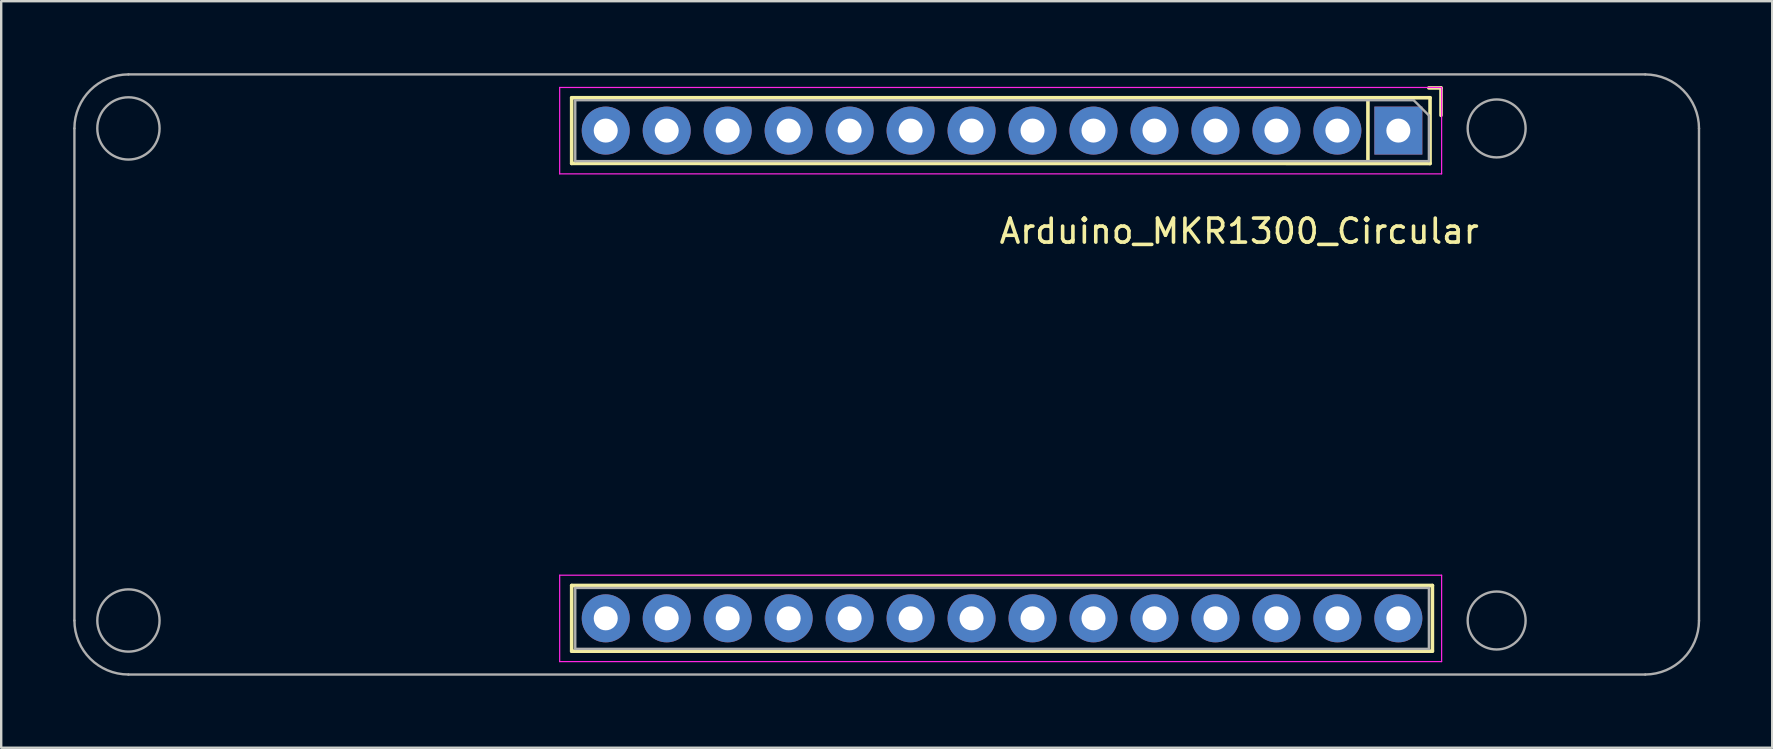
<source format=kicad_pcb>
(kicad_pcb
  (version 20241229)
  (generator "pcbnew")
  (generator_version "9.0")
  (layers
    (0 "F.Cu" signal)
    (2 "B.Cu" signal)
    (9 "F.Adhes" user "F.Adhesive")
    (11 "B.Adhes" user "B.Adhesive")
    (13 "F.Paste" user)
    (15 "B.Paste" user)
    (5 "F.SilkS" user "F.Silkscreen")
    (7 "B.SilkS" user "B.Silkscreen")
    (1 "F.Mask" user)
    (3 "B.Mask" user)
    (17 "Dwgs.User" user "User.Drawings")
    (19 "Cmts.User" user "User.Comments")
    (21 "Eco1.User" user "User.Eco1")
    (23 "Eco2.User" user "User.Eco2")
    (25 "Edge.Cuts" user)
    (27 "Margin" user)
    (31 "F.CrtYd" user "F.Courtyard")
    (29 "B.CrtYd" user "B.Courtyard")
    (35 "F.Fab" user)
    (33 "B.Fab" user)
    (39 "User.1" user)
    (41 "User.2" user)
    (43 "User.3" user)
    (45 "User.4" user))
  (footprint "Arduino_MKR1300_Circular"
    (layer "F.Cu")
    (at 55.205 2.39)
    (property "Reference" "Arduino_MKR1300_Circular" (at -6.629 4.191 0) (layer "F.SilkS") (effects (font (size 1 1) (thickness 0.15))))
    (attr through_hole)
    (fp_line (start -34.439 -1.368) (end -34.439 1.368) (stroke (width 0.15) (type solid)) (layer "F.SilkS"))
    (fp_line (start -34.439 -1.368) (end 1.321 -1.368) (stroke (width 0.15) (type solid)) (layer "F.SilkS"))
    (fp_line (start -34.439 1.368) (end 1.321 1.372) (stroke (width 0.15) (type solid)) (layer "F.SilkS"))
    (fp_line (start -34.439 18.952) (end -34.439 21.688) (stroke (width 0.15) (type solid)) (layer "F.SilkS"))
    (fp_line (start -34.439 18.952) (end 1.419 18.952) (stroke (width 0.15) (type solid)) (layer "F.SilkS"))
    (fp_line (start -34.439 21.688) (end 1.419 21.688) (stroke (width 0.15) (type solid)) (layer "F.SilkS"))
    (fp_line (start -1.267 -1.327) (end -1.267 1.333) (stroke (width 0.15) (type solid)) (layer "F.SilkS"))
    (fp_line (start 1.27 -1.778) (end 1.778 -1.778) (stroke (width 0.15) (type solid)) (layer "F.SilkS"))
    (fp_line (start 1.321 -1.368) (end 1.321 1.372) (stroke (width 0.15) (type solid)) (layer "F.SilkS"))
    (fp_line (start 1.419 21.688) (end 1.419 18.952) (stroke (width 0.15) (type solid)) (layer "F.SilkS"))
    (fp_line (start 1.778 -1.778) (end 1.778 -0.635) (stroke (width 0.15) (type solid)) (layer "F.SilkS"))
    (fp_line (start -34.939 -1.797) (end -34.939 1.803) (stroke (width 0.05) (type solid)) (layer "F.CrtYd"))
    (fp_line (start -34.939 1.803) (end 1.803 1.803) (stroke (width 0.05) (type solid)) (layer "F.CrtYd"))
    (fp_line (start -34.939 18.523) (end -34.939 22.123) (stroke (width 0.05) (type solid)) (layer "F.CrtYd"))
    (fp_line (start -34.939 22.123) (end 1.803 22.123) (stroke (width 0.05) (type solid)) (layer "F.CrtYd"))
    (fp_line (start 1.803 -1.797) (end -34.939 -1.797) (stroke (width 0.05) (type solid)) (layer "F.CrtYd"))
    (fp_line (start 1.803 1.803) (end 1.803 -1.797) (stroke (width 0.05) (type solid)) (layer "F.CrtYd"))
    (fp_line (start 1.803 18.523) (end -34.939 18.523) (stroke (width 0.05) (type solid)) (layer "F.CrtYd"))
    (fp_line (start 1.803 22.123) (end 1.803 18.523) (stroke (width 0.05) (type solid)) (layer "F.CrtYd"))
    (fp_line (start -55.155 20.41) (end -55.155 -0.09) (stroke (width 0.1) (type solid)) (layer "F.Fab"))
    (fp_line (start -52.905 -2.34) (end 10.287 -2.34) (stroke (width 0.1) (type solid)) (layer "F.Fab"))
    (fp_line (start -34.29 -1.267) (end 0.638 -1.267) (stroke (width 0.1) (type solid)) (layer "F.Fab"))
    (fp_line (start -34.29 1.273) (end -34.29 -1.267) (stroke (width 0.1) (type solid)) (layer "F.Fab"))
    (fp_line (start -34.29 19.053) (end 1.273 19.053) (stroke (width 0.1) (type solid)) (layer "F.Fab"))
    (fp_line (start -34.29 21.593) (end -34.29 19.053) (stroke (width 0.1) (type solid)) (layer "F.Fab"))
    (fp_line (start 0.638 -1.267) (end 1.273 -0.632) (stroke (width 0.1) (type solid)) (layer "F.Fab"))
    (fp_line (start 1.273 -0.632) (end 1.273 1.273) (stroke (width 0.1) (type solid)) (layer "F.Fab"))
    (fp_line (start 1.273 1.273) (end -34.29 1.273) (stroke (width 0.1) (type solid)) (layer "F.Fab"))
    (fp_line (start 1.273 19.053) (end 1.273 21.593) (stroke (width 0.1) (type solid)) (layer "F.Fab"))
    (fp_line (start 1.273 21.593) (end -34.29 21.593) (stroke (width 0.1) (type solid)) (layer "F.Fab"))
    (fp_line (start 10.287 22.66) (end -52.905 22.66) (stroke (width 0.1) (type solid)) (layer "F.Fab"))
    (fp_line (start 12.525 20.422) (end 12.525 -0.087) (stroke (width 0.1) (type solid)) (layer "F.Fab"))
    (fp_arc (start -55.1548 -0.09) (mid -54.49579 -1.68099) (end -52.9048 -2.34) (stroke (width 0.1) (type solid)) (layer "F.Fab"))
    (fp_arc (start -52.9048 22.66) (mid -54.49579 22.00099) (end -55.1548 20.41) (stroke (width 0.1) (type solid)) (layer "F.Fab"))
    (fp_arc (start 10.287 -2.34) (mid 11.870711 -1.674846) (end 12.525449 -0.0868) (stroke (width 0.1) (type solid)) (layer "F.Fab"))
    (fp_arc (start 12.525449 20.4216) (mid 11.865519 22.000105) (end 10.287 22.66) (stroke (width 0.1) (type solid)) (layer "F.Fab"))
    (fp_circle (center -52.905 -0.09) (end -51.608 -0.09) (stroke (width 0.1) (type solid)) (fill no) (layer "F.Fab"))
    (fp_circle (center -52.905 20.41) (end -51.608 20.41) (stroke (width 0.1) (type solid)) (fill no) (layer "F.Fab"))
    (fp_circle (center 4.095 -0.09) (end 5.302 -0.09) (stroke (width 0.1) (type solid)) (fill no) (layer "F.Fab"))
    (fp_circle (center 4.095 20.41) (end 5.302 20.41) (stroke (width 0.1) (type solid)) (fill no) (layer "F.Fab"))
    (pad "1" thru_hole rect (at 0 0 180) (size 2 2) (drill 1) (layers "*.Cu" "*.Mask"))
    (pad "2" thru_hole circle (at -2.54 0 180) (size 2 2) (drill 1) (layers "*.Cu" "*.Mask"))
    (pad "3" thru_hole circle (at -5.08 0 180) (size 2 2) (drill 1) (layers "*.Cu" "*.Mask"))
    (pad "4" thru_hole circle (at -7.62 0 180) (size 2 2) (drill 1) (layers "*.Cu" "*.Mask"))
    (pad "5" thru_hole circle (at -10.16 0 180) (size 2 2) (drill 1) (layers "*.Cu" "*.Mask"))
    (pad "6" thru_hole circle (at -12.7 0 180) (size 2 2) (drill 1) (layers "*.Cu" "*.Mask"))
    (pad "7" thru_hole circle (at -15.24 0 180) (size 2 2) (drill 1) (layers "*.Cu" "*.Mask"))
    (pad "8" thru_hole circle (at -17.78 0 180) (size 2 2) (drill 1) (layers "*.Cu" "*.Mask"))
    (pad "9" thru_hole circle (at -20.32 0 180) (size 2 2) (drill 1) (layers "*.Cu" "*.Mask"))
    (pad "10" thru_hole circle (at -22.86 0 180) (size 2 2) (drill 1) (layers "*.Cu" "*.Mask"))
    (pad "11" thru_hole circle (at -25.4 0 180) (size 2 2) (drill 1) (layers "*.Cu" "*.Mask"))
    (pad "12" thru_hole circle (at -27.94 0 180) (size 2 2) (drill 1) (layers "*.Cu" "*.Mask"))
    (pad "13" thru_hole circle (at -30.48 0 180) (size 2 2) (drill 1) (layers "*.Cu" "*.Mask"))
    (pad "14" thru_hole circle (at -33.02 0 180) (size 2 2) (drill 1) (layers "*.Cu" "*.Mask"))
    (pad "15" thru_hole circle (at -33.02 20.32 180) (size 2 2) (drill 1) (layers "*.Cu" "*.Mask"))
    (pad "16" thru_hole circle (at -30.48 20.32 180) (size 2 2) (drill 1) (layers "*.Cu" "*.Mask"))
    (pad "17" thru_hole circle (at -27.94 20.32 180) (size 2 2) (drill 1) (layers "*.Cu" "*.Mask"))
    (pad "18" thru_hole circle (at -25.4 20.32 180) (size 2 2) (drill 1) (layers "*.Cu" "*.Mask"))
    (pad "19" thru_hole circle (at -22.86 20.32 180) (size 2 2) (drill 1) (layers "*.Cu" "*.Mask"))
    (pad "20" thru_hole circle (at -20.32 20.32 180) (size 2 2) (drill 1) (layers "*.Cu" "*.Mask"))
    (pad "21" thru_hole circle (at -17.78 20.32 180) (size 2 2) (drill 1) (layers "*.Cu" "*.Mask"))
    (pad "22" thru_hole circle (at -15.24 20.32 180) (size 2 2) (drill 1) (layers "*.Cu" "*.Mask"))
    (pad "23" thru_hole circle (at -12.7 20.32 180) (size 2 2) (drill 1) (layers "*.Cu" "*.Mask"))
    (pad "24" thru_hole circle (at -10.16 20.32 180) (size 2 2) (drill 1) (layers "*.Cu" "*.Mask"))
    (pad "25" thru_hole circle (at -7.62 20.32 180) (size 2 2) (drill 1) (layers "*.Cu" "*.Mask"))
    (pad "26" thru_hole circle (at -5.08 20.32 180) (size 2 2) (drill 1) (layers "*.Cu" "*.Mask"))
    (pad "27" thru_hole circle (at -2.54 20.32 180) (size 2 2) (drill 1) (layers "*.Cu" "*.Mask"))
    (pad "28" thru_hole circle (at 0 20.32 180) (size 2 2) (drill 1) (layers "*.Cu" "*.Mask")))
  (gr_rect
    (start -3 -3)
    (end 70.78 28.1)
    (stroke (width 0.1) (type default))
    (fill no)
    (layer "Edge.Cuts")))
</source>
